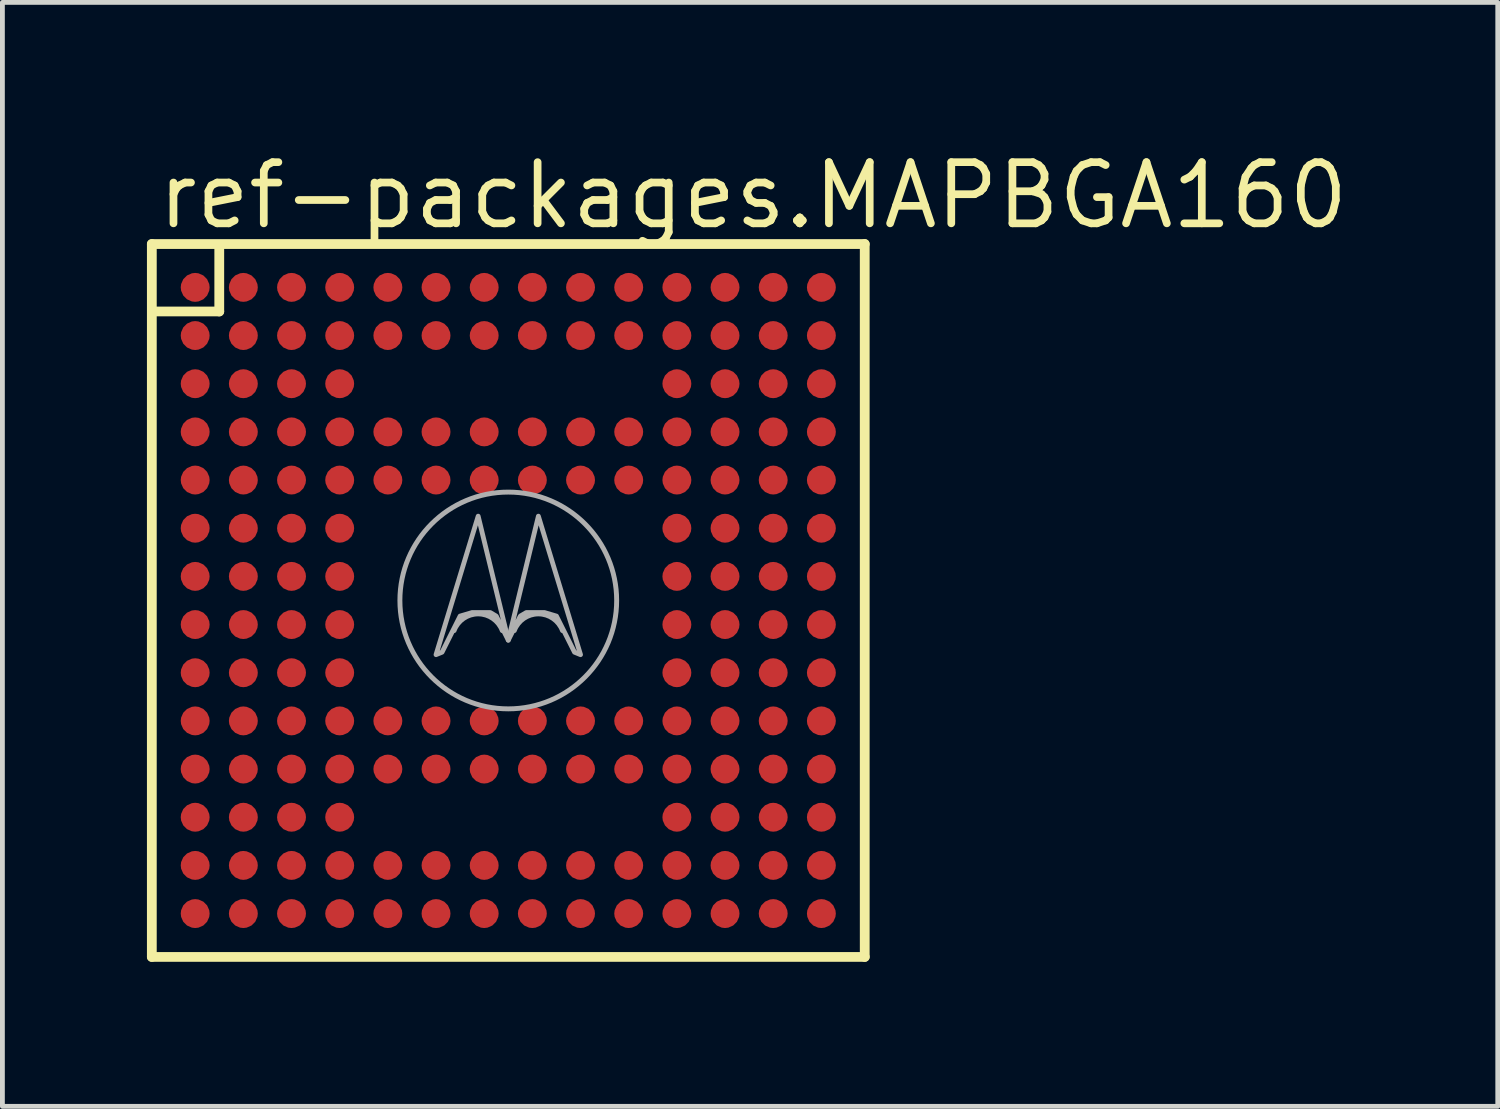
<source format=kicad_pcb>
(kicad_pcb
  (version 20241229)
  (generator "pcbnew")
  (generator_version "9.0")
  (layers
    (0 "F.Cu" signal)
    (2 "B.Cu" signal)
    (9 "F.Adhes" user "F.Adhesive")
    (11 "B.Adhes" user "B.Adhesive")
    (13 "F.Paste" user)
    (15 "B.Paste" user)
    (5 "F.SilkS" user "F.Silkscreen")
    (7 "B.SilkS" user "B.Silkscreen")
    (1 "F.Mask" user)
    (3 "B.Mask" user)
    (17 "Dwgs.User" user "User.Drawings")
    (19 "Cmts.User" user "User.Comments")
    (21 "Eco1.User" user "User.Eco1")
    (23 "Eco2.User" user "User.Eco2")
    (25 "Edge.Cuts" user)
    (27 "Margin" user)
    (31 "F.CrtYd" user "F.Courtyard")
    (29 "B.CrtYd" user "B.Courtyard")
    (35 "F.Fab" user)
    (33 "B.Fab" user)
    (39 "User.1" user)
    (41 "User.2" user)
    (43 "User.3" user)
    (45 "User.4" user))
  (footprint "ref-packages.MAPBGA160"
    (layer "F.Cu")
    (at 7.502 9.416)
    (property "Reference" "ref-packages.MAPBGA160" (at -7.358 -7.666 0) (layer "F.SilkS") (effects (font (size 1.27 1.27) (thickness 0.16)) (justify left bottom)))
    (attr smd)
    (fp_line (start -7.4 -7.4) (end 7.4 -7.4) (stroke (width 0.203) (type default)) (layer "F.SilkS"))
    (fp_line (start -7.4 7.4) (end -7.4 -7.4) (stroke (width 0.203) (type default)) (layer "F.SilkS"))
    (fp_line (start -6 -7.35) (end -6 -6) (stroke (width 0.203) (type default)) (layer "F.SilkS"))
    (fp_line (start -6 -6) (end -7.3 -6) (stroke (width 0.203) (type default)) (layer "F.SilkS"))
    (fp_line (start 7.4 -7.4) (end 7.4 7.4) (stroke (width 0.203) (type default)) (layer "F.SilkS"))
    (fp_line (start 7.4 7.4) (end -7.4 7.4) (stroke (width 0.203) (type default)) (layer "F.SilkS"))
    (fp_arc (start -1.125 0.625) (mid -0.625 0.2785) (end -0.125 0.625) (stroke (width 0.1016) (type default)) (layer "F.Fab"))
    (fp_arc (start 0.125 0.625) (mid 0.625 0.2785) (end 1.125 0.625) (stroke (width 0.1016) (type default)) (layer "F.Fab"))
    (fp_circle (center 0 0) (end 2.25 0) (stroke (width 0.102) (type default)) (fill no) (layer "F.Fab"))
    (fp_poly (pts (xy -1.5 1.125) (xy -0.625 -1.75) (xy 0 0.824) (xy -0.25 0.324) (xy -0.375 0.25) (xy -0.75 0.25) (xy -1 0.324) (xy -1.375 1.074)) (stroke (width 0.1) (type default)) (fill no) (layer "F.Fab"))
    (fp_poly (pts (xy 1.5 1.125) (xy 0.625 -1.75) (xy 0 0.824) (xy 0.25 0.324) (xy 0.375 0.25) (xy 0.75 0.25) (xy 1 0.324) (xy 1.375 1.074)) (stroke (width 0.1) (type default)) (fill no) (layer "F.Fab"))
    (pad "A1" smd roundrect (at -6.5 -6.5) (size 0.6 0.6) (layers "F.Cu" "F.Mask" "F.Paste") (roundrect_rratio 0.5))
    (pad "A2" smd roundrect (at -5.5 -6.5) (size 0.6 0.6) (layers "F.Cu" "F.Mask" "F.Paste") (roundrect_rratio 0.5))
    (pad "A3" smd roundrect (at -4.5 -6.5) (size 0.6 0.6) (layers "F.Cu" "F.Mask" "F.Paste") (roundrect_rratio 0.5))
    (pad "A4" smd roundrect (at -3.5 -6.5) (size 0.6 0.6) (layers "F.Cu" "F.Mask" "F.Paste") (roundrect_rratio 0.5))
    (pad "A5" smd roundrect (at -2.5 -6.5) (size 0.6 0.6) (layers "F.Cu" "F.Mask" "F.Paste") (roundrect_rratio 0.5))
    (pad "A6" smd roundrect (at -1.5 -6.5) (size 0.6 0.6) (layers "F.Cu" "F.Mask" "F.Paste") (roundrect_rratio 0.5))
    (pad "A7" smd roundrect (at -0.5 -6.5) (size 0.6 0.6) (layers "F.Cu" "F.Mask" "F.Paste") (roundrect_rratio 0.5))
    (pad "A8" smd roundrect (at 0.5 -6.5) (size 0.6 0.6) (layers "F.Cu" "F.Mask" "F.Paste") (roundrect_rratio 0.5))
    (pad "A9" smd roundrect (at 1.5 -6.5) (size 0.6 0.6) (layers "F.Cu" "F.Mask" "F.Paste") (roundrect_rratio 0.5))
    (pad "A10" smd roundrect (at 2.5 -6.5) (size 0.6 0.6) (layers "F.Cu" "F.Mask" "F.Paste") (roundrect_rratio 0.5))
    (pad "A11" smd roundrect (at 3.5 -6.5) (size 0.6 0.6) (layers "F.Cu" "F.Mask" "F.Paste") (roundrect_rratio 0.5))
    (pad "A12" smd roundrect (at 4.5 -6.5) (size 0.6 0.6) (layers "F.Cu" "F.Mask" "F.Paste") (roundrect_rratio 0.5))
    (pad "A13" smd roundrect (at 5.5 -6.5) (size 0.6 0.6) (layers "F.Cu" "F.Mask" "F.Paste") (roundrect_rratio 0.5))
    (pad "A14" smd roundrect (at 6.5 -6.5) (size 0.6 0.6) (layers "F.Cu" "F.Mask" "F.Paste") (roundrect_rratio 0.5))
    (pad "B1" smd roundrect (at -6.5 -5.5) (size 0.6 0.6) (layers "F.Cu" "F.Mask" "F.Paste") (roundrect_rratio 0.5))
    (pad "B2" smd roundrect (at -5.5 -5.5) (size 0.6 0.6) (layers "F.Cu" "F.Mask" "F.Paste") (roundrect_rratio 0.5))
    (pad "B3" smd roundrect (at -4.5 -5.5) (size 0.6 0.6) (layers "F.Cu" "F.Mask" "F.Paste") (roundrect_rratio 0.5))
    (pad "B4" smd roundrect (at -3.5 -5.5) (size 0.6 0.6) (layers "F.Cu" "F.Mask" "F.Paste") (roundrect_rratio 0.5))
    (pad "B5" smd roundrect (at -2.5 -5.5) (size 0.6 0.6) (layers "F.Cu" "F.Mask" "F.Paste") (roundrect_rratio 0.5))
    (pad "B6" smd roundrect (at -1.5 -5.5) (size 0.6 0.6) (layers "F.Cu" "F.Mask" "F.Paste") (roundrect_rratio 0.5))
    (pad "B7" smd roundrect (at -0.5 -5.5) (size 0.6 0.6) (layers "F.Cu" "F.Mask" "F.Paste") (roundrect_rratio 0.5))
    (pad "B8" smd roundrect (at 0.5 -5.5) (size 0.6 0.6) (layers "F.Cu" "F.Mask" "F.Paste") (roundrect_rratio 0.5))
    (pad "B9" smd roundrect (at 1.5 -5.5) (size 0.6 0.6) (layers "F.Cu" "F.Mask" "F.Paste") (roundrect_rratio 0.5))
    (pad "B10" smd roundrect (at 2.5 -5.5) (size 0.6 0.6) (layers "F.Cu" "F.Mask" "F.Paste") (roundrect_rratio 0.5))
    (pad "B11" smd roundrect (at 3.5 -5.5) (size 0.6 0.6) (layers "F.Cu" "F.Mask" "F.Paste") (roundrect_rratio 0.5))
    (pad "B12" smd roundrect (at 4.5 -5.5) (size 0.6 0.6) (layers "F.Cu" "F.Mask" "F.Paste") (roundrect_rratio 0.5))
    (pad "B13" smd roundrect (at 5.5 -5.5) (size 0.6 0.6) (layers "F.Cu" "F.Mask" "F.Paste") (roundrect_rratio 0.5))
    (pad "B14" smd roundrect (at 6.5 -5.5) (size 0.6 0.6) (layers "F.Cu" "F.Mask" "F.Paste") (roundrect_rratio 0.5))
    (pad "C1" smd roundrect (at -6.5 -4.5) (size 0.6 0.6) (layers "F.Cu" "F.Mask" "F.Paste") (roundrect_rratio 0.5))
    (pad "C2" smd roundrect (at -5.5 -4.5) (size 0.6 0.6) (layers "F.Cu" "F.Mask" "F.Paste") (roundrect_rratio 0.5))
    (pad "C3" smd roundrect (at -4.5 -4.5) (size 0.6 0.6) (layers "F.Cu" "F.Mask" "F.Paste") (roundrect_rratio 0.5))
    (pad "C4" smd roundrect (at -3.5 -4.5) (size 0.6 0.6) (layers "F.Cu" "F.Mask" "F.Paste") (roundrect_rratio 0.5))
    (pad "C11" smd roundrect (at 3.5 -4.5) (size 0.6 0.6) (layers "F.Cu" "F.Mask" "F.Paste") (roundrect_rratio 0.5))
    (pad "C12" smd roundrect (at 4.5 -4.5) (size 0.6 0.6) (layers "F.Cu" "F.Mask" "F.Paste") (roundrect_rratio 0.5))
    (pad "C13" smd roundrect (at 5.5 -4.5) (size 0.6 0.6) (layers "F.Cu" "F.Mask" "F.Paste") (roundrect_rratio 0.5))
    (pad "C14" smd roundrect (at 6.5 -4.5) (size 0.6 0.6) (layers "F.Cu" "F.Mask" "F.Paste") (roundrect_rratio 0.5))
    (pad "D1" smd roundrect (at -6.5 -3.5) (size 0.6 0.6) (layers "F.Cu" "F.Mask" "F.Paste") (roundrect_rratio 0.5))
    (pad "D2" smd roundrect (at -5.5 -3.5) (size 0.6 0.6) (layers "F.Cu" "F.Mask" "F.Paste") (roundrect_rratio 0.5))
    (pad "D3" smd roundrect (at -4.5 -3.5) (size 0.6 0.6) (layers "F.Cu" "F.Mask" "F.Paste") (roundrect_rratio 0.5))
    (pad "D4" smd roundrect (at -3.5 -3.5) (size 0.6 0.6) (layers "F.Cu" "F.Mask" "F.Paste") (roundrect_rratio 0.5))
    (pad "D5" smd roundrect (at -2.5 -3.5) (size 0.6 0.6) (layers "F.Cu" "F.Mask" "F.Paste") (roundrect_rratio 0.5))
    (pad "D6" smd roundrect (at -1.5 -3.5) (size 0.6 0.6) (layers "F.Cu" "F.Mask" "F.Paste") (roundrect_rratio 0.5))
    (pad "D7" smd roundrect (at -0.5 -3.5) (size 0.6 0.6) (layers "F.Cu" "F.Mask" "F.Paste") (roundrect_rratio 0.5))
    (pad "D8" smd roundrect (at 0.5 -3.5) (size 0.6 0.6) (layers "F.Cu" "F.Mask" "F.Paste") (roundrect_rratio 0.5))
    (pad "D9" smd roundrect (at 1.5 -3.5) (size 0.6 0.6) (layers "F.Cu" "F.Mask" "F.Paste") (roundrect_rratio 0.5))
    (pad "D10" smd roundrect (at 2.5 -3.5) (size 0.6 0.6) (layers "F.Cu" "F.Mask" "F.Paste") (roundrect_rratio 0.5))
    (pad "D11" smd roundrect (at 3.5 -3.5) (size 0.6 0.6) (layers "F.Cu" "F.Mask" "F.Paste") (roundrect_rratio 0.5))
    (pad "D12" smd roundrect (at 4.5 -3.5) (size 0.6 0.6) (layers "F.Cu" "F.Mask" "F.Paste") (roundrect_rratio 0.5))
    (pad "D13" smd roundrect (at 5.5 -3.5) (size 0.6 0.6) (layers "F.Cu" "F.Mask" "F.Paste") (roundrect_rratio 0.5))
    (pad "D14" smd roundrect (at 6.5 -3.5) (size 0.6 0.6) (layers "F.Cu" "F.Mask" "F.Paste") (roundrect_rratio 0.5))
    (pad "E1" smd roundrect (at -6.5 -2.5) (size 0.6 0.6) (layers "F.Cu" "F.Mask" "F.Paste") (roundrect_rratio 0.5))
    (pad "E2" smd roundrect (at -5.5 -2.5) (size 0.6 0.6) (layers "F.Cu" "F.Mask" "F.Paste") (roundrect_rratio 0.5))
    (pad "E3" smd roundrect (at -4.5 -2.5) (size 0.6 0.6) (layers "F.Cu" "F.Mask" "F.Paste") (roundrect_rratio 0.5))
    (pad "E4" smd roundrect (at -3.5 -2.5) (size 0.6 0.6) (layers "F.Cu" "F.Mask" "F.Paste") (roundrect_rratio 0.5))
    (pad "E5" smd roundrect (at -2.5 -2.5) (size 0.6 0.6) (layers "F.Cu" "F.Mask" "F.Paste") (roundrect_rratio 0.5))
    (pad "E6" smd roundrect (at -1.5 -2.5) (size 0.6 0.6) (layers "F.Cu" "F.Mask" "F.Paste") (roundrect_rratio 0.5))
    (pad "E7" smd roundrect (at -0.5 -2.5) (size 0.6 0.6) (layers "F.Cu" "F.Mask" "F.Paste") (roundrect_rratio 0.5))
    (pad "E8" smd roundrect (at 0.5 -2.5) (size 0.6 0.6) (layers "F.Cu" "F.Mask" "F.Paste") (roundrect_rratio 0.5))
    (pad "E9" smd roundrect (at 1.5 -2.5) (size 0.6 0.6) (layers "F.Cu" "F.Mask" "F.Paste") (roundrect_rratio 0.5))
    (pad "E10" smd roundrect (at 2.5 -2.5) (size 0.6 0.6) (layers "F.Cu" "F.Mask" "F.Paste") (roundrect_rratio 0.5))
    (pad "E11" smd roundrect (at 3.5 -2.5) (size 0.6 0.6) (layers "F.Cu" "F.Mask" "F.Paste") (roundrect_rratio 0.5))
    (pad "E12" smd roundrect (at 4.5 -2.5) (size 0.6 0.6) (layers "F.Cu" "F.Mask" "F.Paste") (roundrect_rratio 0.5))
    (pad "E13" smd roundrect (at 5.5 -2.5) (size 0.6 0.6) (layers "F.Cu" "F.Mask" "F.Paste") (roundrect_rratio 0.5))
    (pad "E14" smd roundrect (at 6.5 -2.5) (size 0.6 0.6) (layers "F.Cu" "F.Mask" "F.Paste") (roundrect_rratio 0.5))
    (pad "F1" smd roundrect (at -6.5 -1.5) (size 0.6 0.6) (layers "F.Cu" "F.Mask" "F.Paste") (roundrect_rratio 0.5))
    (pad "F2" smd roundrect (at -5.5 -1.5) (size 0.6 0.6) (layers "F.Cu" "F.Mask" "F.Paste") (roundrect_rratio 0.5))
    (pad "F3" smd roundrect (at -4.5 -1.5) (size 0.6 0.6) (layers "F.Cu" "F.Mask" "F.Paste") (roundrect_rratio 0.5))
    (pad "F4" smd roundrect (at -3.5 -1.5) (size 0.6 0.6) (layers "F.Cu" "F.Mask" "F.Paste") (roundrect_rratio 0.5))
    (pad "F11" smd roundrect (at 3.5 -1.5) (size 0.6 0.6) (layers "F.Cu" "F.Mask" "F.Paste") (roundrect_rratio 0.5))
    (pad "F12" smd roundrect (at 4.5 -1.5) (size 0.6 0.6) (layers "F.Cu" "F.Mask" "F.Paste") (roundrect_rratio 0.5))
    (pad "F13" smd roundrect (at 5.5 -1.5) (size 0.6 0.6) (layers "F.Cu" "F.Mask" "F.Paste") (roundrect_rratio 0.5))
    (pad "F14" smd roundrect (at 6.5 -1.5) (size 0.6 0.6) (layers "F.Cu" "F.Mask" "F.Paste") (roundrect_rratio 0.5))
    (pad "G1" smd roundrect (at -6.5 -0.5) (size 0.6 0.6) (layers "F.Cu" "F.Mask" "F.Paste") (roundrect_rratio 0.5))
    (pad "G2" smd roundrect (at -5.5 -0.5) (size 0.6 0.6) (layers "F.Cu" "F.Mask" "F.Paste") (roundrect_rratio 0.5))
    (pad "G3" smd roundrect (at -4.5 -0.5) (size 0.6 0.6) (layers "F.Cu" "F.Mask" "F.Paste") (roundrect_rratio 0.5))
    (pad "G4" smd roundrect (at -3.5 -0.5) (size 0.6 0.6) (layers "F.Cu" "F.Mask" "F.Paste") (roundrect_rratio 0.5))
    (pad "G11" smd roundrect (at 3.5 -0.5) (size 0.6 0.6) (layers "F.Cu" "F.Mask" "F.Paste") (roundrect_rratio 0.5))
    (pad "G12" smd roundrect (at 4.5 -0.5) (size 0.6 0.6) (layers "F.Cu" "F.Mask" "F.Paste") (roundrect_rratio 0.5))
    (pad "G13" smd roundrect (at 5.5 -0.5) (size 0.6 0.6) (layers "F.Cu" "F.Mask" "F.Paste") (roundrect_rratio 0.5))
    (pad "G14" smd roundrect (at 6.5 -0.5) (size 0.6 0.6) (layers "F.Cu" "F.Mask" "F.Paste") (roundrect_rratio 0.5))
    (pad "H1" smd roundrect (at -6.5 0.5) (size 0.6 0.6) (layers "F.Cu" "F.Mask" "F.Paste") (roundrect_rratio 0.5))
    (pad "H2" smd roundrect (at -5.5 0.5) (size 0.6 0.6) (layers "F.Cu" "F.Mask" "F.Paste") (roundrect_rratio 0.5))
    (pad "H3" smd roundrect (at -4.5 0.5) (size 0.6 0.6) (layers "F.Cu" "F.Mask" "F.Paste") (roundrect_rratio 0.5))
    (pad "H4" smd roundrect (at -3.5 0.5) (size 0.6 0.6) (layers "F.Cu" "F.Mask" "F.Paste") (roundrect_rratio 0.5))
    (pad "H11" smd roundrect (at 3.5 0.5) (size 0.6 0.6) (layers "F.Cu" "F.Mask" "F.Paste") (roundrect_rratio 0.5))
    (pad "H12" smd roundrect (at 4.5 0.5) (size 0.6 0.6) (layers "F.Cu" "F.Mask" "F.Paste") (roundrect_rratio 0.5))
    (pad "H13" smd roundrect (at 5.5 0.5) (size 0.6 0.6) (layers "F.Cu" "F.Mask" "F.Paste") (roundrect_rratio 0.5))
    (pad "H14" smd roundrect (at 6.5 0.5) (size 0.6 0.6) (layers "F.Cu" "F.Mask" "F.Paste") (roundrect_rratio 0.5))
    (pad "J1" smd roundrect (at -6.5 1.5) (size 0.6 0.6) (layers "F.Cu" "F.Mask" "F.Paste") (roundrect_rratio 0.5))
    (pad "J2" smd roundrect (at -5.5 1.5) (size 0.6 0.6) (layers "F.Cu" "F.Mask" "F.Paste") (roundrect_rratio 0.5))
    (pad "J3" smd roundrect (at -4.5 1.5) (size 0.6 0.6) (layers "F.Cu" "F.Mask" "F.Paste") (roundrect_rratio 0.5))
    (pad "J4" smd roundrect (at -3.5 1.5) (size 0.6 0.6) (layers "F.Cu" "F.Mask" "F.Paste") (roundrect_rratio 0.5))
    (pad "J11" smd roundrect (at 3.5 1.5) (size 0.6 0.6) (layers "F.Cu" "F.Mask" "F.Paste") (roundrect_rratio 0.5))
    (pad "J12" smd roundrect (at 4.5 1.5) (size 0.6 0.6) (layers "F.Cu" "F.Mask" "F.Paste") (roundrect_rratio 0.5))
    (pad "J13" smd roundrect (at 5.5 1.5) (size 0.6 0.6) (layers "F.Cu" "F.Mask" "F.Paste") (roundrect_rratio 0.5))
    (pad "J14" smd roundrect (at 6.5 1.5) (size 0.6 0.6) (layers "F.Cu" "F.Mask" "F.Paste") (roundrect_rratio 0.5))
    (pad "K1" smd roundrect (at -6.5 2.5) (size 0.6 0.6) (layers "F.Cu" "F.Mask" "F.Paste") (roundrect_rratio 0.5))
    (pad "K2" smd roundrect (at -5.5 2.5) (size 0.6 0.6) (layers "F.Cu" "F.Mask" "F.Paste") (roundrect_rratio 0.5))
    (pad "K3" smd roundrect (at -4.5 2.5) (size 0.6 0.6) (layers "F.Cu" "F.Mask" "F.Paste") (roundrect_rratio 0.5))
    (pad "K4" smd roundrect (at -3.5 2.5) (size 0.6 0.6) (layers "F.Cu" "F.Mask" "F.Paste") (roundrect_rratio 0.5))
    (pad "K5" smd roundrect (at -2.5 2.5) (size 0.6 0.6) (layers "F.Cu" "F.Mask" "F.Paste") (roundrect_rratio 0.5))
    (pad "K6" smd roundrect (at -1.5 2.5) (size 0.6 0.6) (layers "F.Cu" "F.Mask" "F.Paste") (roundrect_rratio 0.5))
    (pad "K7" smd roundrect (at -0.5 2.5) (size 0.6 0.6) (layers "F.Cu" "F.Mask" "F.Paste") (roundrect_rratio 0.5))
    (pad "K8" smd roundrect (at 0.5 2.5) (size 0.6 0.6) (layers "F.Cu" "F.Mask" "F.Paste") (roundrect_rratio 0.5))
    (pad "K9" smd roundrect (at 1.5 2.5) (size 0.6 0.6) (layers "F.Cu" "F.Mask" "F.Paste") (roundrect_rratio 0.5))
    (pad "K10" smd roundrect (at 2.5 2.5) (size 0.6 0.6) (layers "F.Cu" "F.Mask" "F.Paste") (roundrect_rratio 0.5))
    (pad "K11" smd roundrect (at 3.5 2.5) (size 0.6 0.6) (layers "F.Cu" "F.Mask" "F.Paste") (roundrect_rratio 0.5))
    (pad "K12" smd roundrect (at 4.5 2.5) (size 0.6 0.6) (layers "F.Cu" "F.Mask" "F.Paste") (roundrect_rratio 0.5))
    (pad "K13" smd roundrect (at 5.5 2.5) (size 0.6 0.6) (layers "F.Cu" "F.Mask" "F.Paste") (roundrect_rratio 0.5))
    (pad "K14" smd roundrect (at 6.5 2.5) (size 0.6 0.6) (layers "F.Cu" "F.Mask" "F.Paste") (roundrect_rratio 0.5))
    (pad "L1" smd roundrect (at -6.5 3.5) (size 0.6 0.6) (layers "F.Cu" "F.Mask" "F.Paste") (roundrect_rratio 0.5))
    (pad "L2" smd roundrect (at -5.5 3.5) (size 0.6 0.6) (layers "F.Cu" "F.Mask" "F.Paste") (roundrect_rratio 0.5))
    (pad "L3" smd roundrect (at -4.5 3.5) (size 0.6 0.6) (layers "F.Cu" "F.Mask" "F.Paste") (roundrect_rratio 0.5))
    (pad "L4" smd roundrect (at -3.5 3.5) (size 0.6 0.6) (layers "F.Cu" "F.Mask" "F.Paste") (roundrect_rratio 0.5))
    (pad "L5" smd roundrect (at -2.5 3.5) (size 0.6 0.6) (layers "F.Cu" "F.Mask" "F.Paste") (roundrect_rratio 0.5))
    (pad "L6" smd roundrect (at -1.5 3.5) (size 0.6 0.6) (layers "F.Cu" "F.Mask" "F.Paste") (roundrect_rratio 0.5))
    (pad "L7" smd roundrect (at -0.5 3.5) (size 0.6 0.6) (layers "F.Cu" "F.Mask" "F.Paste") (roundrect_rratio 0.5))
    (pad "L8" smd roundrect (at 0.5 3.5) (size 0.6 0.6) (layers "F.Cu" "F.Mask" "F.Paste") (roundrect_rratio 0.5))
    (pad "L9" smd roundrect (at 1.5 3.5) (size 0.6 0.6) (layers "F.Cu" "F.Mask" "F.Paste") (roundrect_rratio 0.5))
    (pad "L10" smd roundrect (at 2.5 3.5) (size 0.6 0.6) (layers "F.Cu" "F.Mask" "F.Paste") (roundrect_rratio 0.5))
    (pad "L11" smd roundrect (at 3.5 3.5) (size 0.6 0.6) (layers "F.Cu" "F.Mask" "F.Paste") (roundrect_rratio 0.5))
    (pad "L12" smd roundrect (at 4.5 3.5) (size 0.6 0.6) (layers "F.Cu" "F.Mask" "F.Paste") (roundrect_rratio 0.5))
    (pad "L13" smd roundrect (at 5.5 3.5) (size 0.6 0.6) (layers "F.Cu" "F.Mask" "F.Paste") (roundrect_rratio 0.5))
    (pad "L14" smd roundrect (at 6.5 3.5) (size 0.6 0.6) (layers "F.Cu" "F.Mask" "F.Paste") (roundrect_rratio 0.5))
    (pad "M1" smd roundrect (at -6.5 4.5) (size 0.6 0.6) (layers "F.Cu" "F.Mask" "F.Paste") (roundrect_rratio 0.5))
    (pad "M2" smd roundrect (at -5.5 4.5) (size 0.6 0.6) (layers "F.Cu" "F.Mask" "F.Paste") (roundrect_rratio 0.5))
    (pad "M3" smd roundrect (at -4.5 4.5) (size 0.6 0.6) (layers "F.Cu" "F.Mask" "F.Paste") (roundrect_rratio 0.5))
    (pad "M4" smd roundrect (at -3.5 4.5) (size 0.6 0.6) (layers "F.Cu" "F.Mask" "F.Paste") (roundrect_rratio 0.5))
    (pad "M11" smd roundrect (at 3.5 4.5) (size 0.6 0.6) (layers "F.Cu" "F.Mask" "F.Paste") (roundrect_rratio 0.5))
    (pad "M12" smd roundrect (at 4.5 4.5) (size 0.6 0.6) (layers "F.Cu" "F.Mask" "F.Paste") (roundrect_rratio 0.5))
    (pad "M13" smd roundrect (at 5.5 4.5) (size 0.6 0.6) (layers "F.Cu" "F.Mask" "F.Paste") (roundrect_rratio 0.5))
    (pad "M14" smd roundrect (at 6.5 4.5) (size 0.6 0.6) (layers "F.Cu" "F.Mask" "F.Paste") (roundrect_rratio 0.5))
    (pad "N1" smd roundrect (at -6.5 5.5) (size 0.6 0.6) (layers "F.Cu" "F.Mask" "F.Paste") (roundrect_rratio 0.5))
    (pad "N2" smd roundrect (at -5.5 5.5) (size 0.6 0.6) (layers "F.Cu" "F.Mask" "F.Paste") (roundrect_rratio 0.5))
    (pad "N3" smd roundrect (at -4.5 5.5) (size 0.6 0.6) (layers "F.Cu" "F.Mask" "F.Paste") (roundrect_rratio 0.5))
    (pad "N4" smd roundrect (at -3.5 5.5) (size 0.6 0.6) (layers "F.Cu" "F.Mask" "F.Paste") (roundrect_rratio 0.5))
    (pad "N5" smd roundrect (at -2.5 5.5) (size 0.6 0.6) (layers "F.Cu" "F.Mask" "F.Paste") (roundrect_rratio 0.5))
    (pad "N6" smd roundrect (at -1.5 5.5) (size 0.6 0.6) (layers "F.Cu" "F.Mask" "F.Paste") (roundrect_rratio 0.5))
    (pad "N7" smd roundrect (at -0.5 5.5) (size 0.6 0.6) (layers "F.Cu" "F.Mask" "F.Paste") (roundrect_rratio 0.5))
    (pad "N8" smd roundrect (at 0.5 5.5) (size 0.6 0.6) (layers "F.Cu" "F.Mask" "F.Paste") (roundrect_rratio 0.5))
    (pad "N9" smd roundrect (at 1.5 5.5) (size 0.6 0.6) (layers "F.Cu" "F.Mask" "F.Paste") (roundrect_rratio 0.5))
    (pad "N10" smd roundrect (at 2.5 5.5) (size 0.6 0.6) (layers "F.Cu" "F.Mask" "F.Paste") (roundrect_rratio 0.5))
    (pad "N11" smd roundrect (at 3.5 5.5) (size 0.6 0.6) (layers "F.Cu" "F.Mask" "F.Paste") (roundrect_rratio 0.5))
    (pad "N12" smd roundrect (at 4.5 5.5) (size 0.6 0.6) (layers "F.Cu" "F.Mask" "F.Paste") (roundrect_rratio 0.5))
    (pad "N13" smd roundrect (at 5.5 5.5) (size 0.6 0.6) (layers "F.Cu" "F.Mask" "F.Paste") (roundrect_rratio 0.5))
    (pad "N14" smd roundrect (at 6.5 5.5) (size 0.6 0.6) (layers "F.Cu" "F.Mask" "F.Paste") (roundrect_rratio 0.5))
    (pad "P1" smd roundrect (at -6.5 6.5) (size 0.6 0.6) (layers "F.Cu" "F.Mask" "F.Paste") (roundrect_rratio 0.5))
    (pad "P2" smd roundrect (at -5.5 6.5) (size 0.6 0.6) (layers "F.Cu" "F.Mask" "F.Paste") (roundrect_rratio 0.5))
    (pad "P3" smd roundrect (at -4.5 6.5) (size 0.6 0.6) (layers "F.Cu" "F.Mask" "F.Paste") (roundrect_rratio 0.5))
    (pad "P4" smd roundrect (at -3.5 6.5) (size 0.6 0.6) (layers "F.Cu" "F.Mask" "F.Paste") (roundrect_rratio 0.5))
    (pad "P5" smd roundrect (at -2.5 6.5) (size 0.6 0.6) (layers "F.Cu" "F.Mask" "F.Paste") (roundrect_rratio 0.5))
    (pad "P6" smd roundrect (at -1.5 6.5) (size 0.6 0.6) (layers "F.Cu" "F.Mask" "F.Paste") (roundrect_rratio 0.5))
    (pad "P7" smd roundrect (at -0.5 6.5) (size 0.6 0.6) (layers "F.Cu" "F.Mask" "F.Paste") (roundrect_rratio 0.5))
    (pad "P8" smd roundrect (at 0.5 6.5) (size 0.6 0.6) (layers "F.Cu" "F.Mask" "F.Paste") (roundrect_rratio 0.5))
    (pad "P9" smd roundrect (at 1.5 6.5) (size 0.6 0.6) (layers "F.Cu" "F.Mask" "F.Paste") (roundrect_rratio 0.5))
    (pad "P10" smd roundrect (at 2.5 6.5) (size 0.6 0.6) (layers "F.Cu" "F.Mask" "F.Paste") (roundrect_rratio 0.5))
    (pad "P11" smd roundrect (at 3.5 6.5) (size 0.6 0.6) (layers "F.Cu" "F.Mask" "F.Paste") (roundrect_rratio 0.5))
    (pad "P12" smd roundrect (at 4.5 6.5) (size 0.6 0.6) (layers "F.Cu" "F.Mask" "F.Paste") (roundrect_rratio 0.5))
    (pad "P13" smd roundrect (at 5.5 6.5) (size 0.6 0.6) (layers "F.Cu" "F.Mask" "F.Paste") (roundrect_rratio 0.5))
    (pad "P14" smd roundrect (at 6.5 6.5) (size 0.6 0.6) (layers "F.Cu" "F.Mask" "F.Paste") (roundrect_rratio 0.5)))
  (gr_rect
    (start -3 -3)
    (end 28.044 19.918)
    (stroke (width 0.1) (type default))
    (fill no)
    (layer "Edge.Cuts")))
</source>
